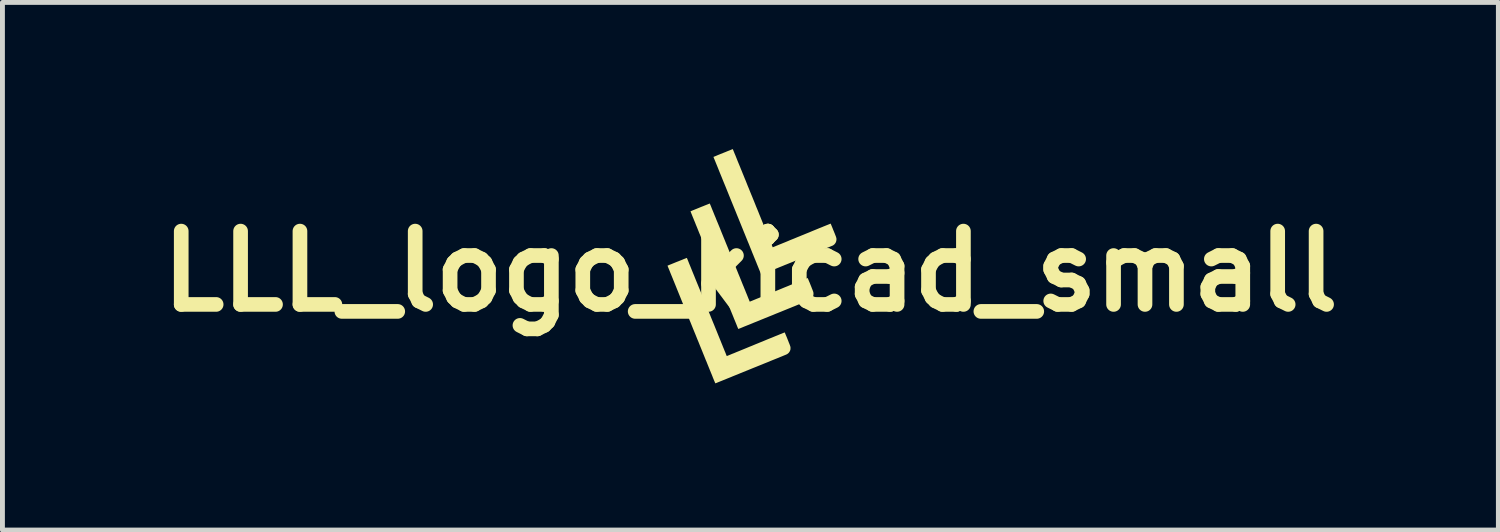
<source format=kicad_pcb>
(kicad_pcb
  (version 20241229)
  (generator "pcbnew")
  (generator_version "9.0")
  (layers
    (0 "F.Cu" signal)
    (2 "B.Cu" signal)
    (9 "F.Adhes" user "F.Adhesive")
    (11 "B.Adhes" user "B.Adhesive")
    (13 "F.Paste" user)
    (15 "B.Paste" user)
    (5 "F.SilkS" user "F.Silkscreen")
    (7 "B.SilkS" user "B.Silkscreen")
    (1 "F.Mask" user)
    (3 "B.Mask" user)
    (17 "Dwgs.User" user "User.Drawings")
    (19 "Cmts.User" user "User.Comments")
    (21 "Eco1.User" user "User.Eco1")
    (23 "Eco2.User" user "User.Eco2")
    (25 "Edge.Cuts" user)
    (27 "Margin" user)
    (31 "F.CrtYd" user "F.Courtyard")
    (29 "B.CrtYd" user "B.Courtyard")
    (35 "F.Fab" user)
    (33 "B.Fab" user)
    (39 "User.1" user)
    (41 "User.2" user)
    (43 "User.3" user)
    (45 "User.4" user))
  (footprint "LLL_logo_kicad_small"
    (layer "F.Cu")
    (at 12.3 2.499)
    (property "Reference" "LLL_logo_kicad_small" (at 0 0 0) (layer "F.SilkS") (effects (font (size 1.5 1.5) (thickness 0.3))))
    (attr board_only exclude_from_pos_files exclude_from_bom)
    (fp_poly (pts (xy -0.36 -2.498) (xy -0.358 -2.493) (xy -0.354 -2.485) (xy -0.35 -2.473) (xy -0.344 -2.459) (xy -0.337 -2.442) (xy -0.329 -2.422) (xy -0.32 -2.4) (xy -0.309 -2.375) (xy -0.298 -2.347) (xy -0.286 -2.317) (xy -0.273 -2.284) (xy -0.259 -2.249) (xy -0.244 -2.213) (xy -0.228 -2.174) (xy -0.211 -2.133) (xy -0.194 -2.09) (xy -0.175 -2.045) (xy -0.157 -1.999) (xy -0.137 -1.951) (xy -0.117 -1.901) (xy -0.096 -1.851) (xy -0.075 -1.798) (xy -0.054 -1.745) (xy -0.031 -1.69) (xy -0.009 -1.635) (xy 0.014 -1.578) (xy 0.038 -1.521) (xy 0.048 -1.495) (xy 0.072 -1.437) (xy 0.095 -1.38) (xy 0.117 -1.324) (xy 0.14 -1.269) (xy 0.162 -1.215) (xy 0.183 -1.162) (xy 0.204 -1.111) (xy 0.224 -1.061) (xy 0.244 -1.012) (xy 0.263 -0.965) (xy 0.282 -0.92) (xy 0.299 -0.876) (xy 0.316 -0.834) (xy 0.333 -0.794) (xy 0.348 -0.756) (xy 0.362 -0.721) (xy 0.376 -0.687) (xy 0.389 -0.656) (xy 0.4 -0.627) (xy 0.411 -0.601) (xy 0.421 -0.577) (xy 0.429 -0.556) (xy 0.437 -0.538) (xy 0.443 -0.522) (xy 0.448 -0.51) (xy 0.452 -0.5) (xy 0.455 -0.494) (xy 0.456 -0.491) (xy 0.456 -0.49) (xy 0.458 -0.491) (xy 0.463 -0.493) (xy 0.471 -0.496) (xy 0.482 -0.501) (xy 0.496 -0.506) (xy 0.512 -0.513) (xy 0.531 -0.521) (xy 0.553 -0.53) (xy 0.577 -0.54) (xy 0.604 -0.551) (xy 0.632 -0.562) (xy 0.663 -0.575) (xy 0.696 -0.588) (xy 0.73 -0.602) (xy 0.766 -0.617) (xy 0.803 -0.633) (xy 0.842 -0.649) (xy 0.883 -0.665) (xy 0.924 -0.682) (xy 0.967 -0.7) (xy 1.01 -0.717) (xy 1.048 -0.733) (xy 1.093 -0.751) (xy 1.136 -0.769) (xy 1.179 -0.786) (xy 1.22 -0.803) (xy 1.26 -0.82) (xy 1.299 -0.836) (xy 1.336 -0.851) (xy 1.372 -0.866) (xy 1.406 -0.88) (xy 1.439 -0.893) (xy 1.469 -0.905) (xy 1.497 -0.917) (xy 1.523 -0.927) (xy 1.547 -0.937) (xy 1.569 -0.946) (xy 1.588 -0.953) (xy 1.604 -0.96) (xy 1.617 -0.965) (xy 1.628 -0.97) (xy 1.636 -0.973) (xy 1.64 -0.974) (xy 1.641 -0.975) (xy 1.642 -0.973) (xy 1.645 -0.968) (xy 1.648 -0.96) (xy 1.652 -0.95) (xy 1.657 -0.938) (xy 1.663 -0.924) (xy 1.669 -0.909) (xy 1.676 -0.892) (xy 1.683 -0.875) (xy 1.69 -0.857) (xy 1.697 -0.839) (xy 1.705 -0.821) (xy 1.712 -0.804) (xy 1.718 -0.788) (xy 1.725 -0.772) (xy 1.73 -0.758) (xy 1.735 -0.746) (xy 1.735 -0.745) (xy 1.742 -0.728) (xy 1.748 -0.713) (xy 1.752 -0.7) (xy 1.755 -0.69) (xy 1.758 -0.681) (xy 1.759 -0.672) (xy 1.76 -0.664) (xy 1.76 -0.656) (xy 1.76 -0.647) (xy 1.76 -0.645) (xy 1.757 -0.623) (xy 1.751 -0.602) (xy 1.742 -0.582) (xy 1.729 -0.564) (xy 1.715 -0.548) (xy 1.697 -0.534) (xy 1.682 -0.525) (xy 1.679 -0.524) (xy 1.673 -0.521) (xy 1.663 -0.518) (xy 1.651 -0.512) (xy 1.635 -0.506) (xy 1.616 -0.498) (xy 1.595 -0.489) (xy 1.57 -0.479) (xy 1.543 -0.468) (xy 1.513 -0.456) (xy 1.481 -0.443) (xy 1.445 -0.428) (xy 1.407 -0.413) (xy 1.367 -0.397) (xy 1.324 -0.379) (xy 1.279 -0.361) (xy 1.232 -0.342) (xy 1.182 -0.322) (xy 1.131 -0.301) (xy 1.123 -0.298) (xy 1.116 -0.295) (xy 1.106 -0.291) (xy 1.093 -0.285) (xy 1.078 -0.279) (xy 1.059 -0.272) (xy 1.039 -0.263) (xy 1.017 -0.254) (xy 0.993 -0.245) (xy 0.967 -0.234) (xy 0.94 -0.223) (xy 0.912 -0.212) (xy 0.884 -0.2) (xy 0.854 -0.188) (xy 0.825 -0.176) (xy 0.795 -0.164) (xy 0.765 -0.152) (xy 0.736 -0.14) (xy 0.707 -0.129) (xy 0.679 -0.117) (xy 0.652 -0.106) (xy 0.627 -0.096) (xy 0.602 -0.086) (xy 0.58 -0.077) (xy 0.559 -0.068) (xy 0.541 -0.061) (xy 0.532 -0.057) (xy 0.511 -0.049) (xy 0.488 -0.04) (xy 0.466 -0.03) (xy 0.442 -0.021) (xy 0.419 -0.011) (xy 0.396 -0.002) (xy 0.373 0.007) (xy 0.351 0.016) (xy 0.33 0.025) (xy 0.311 0.033) (xy 0.292 0.04) (xy 0.276 0.047) (xy 0.262 0.052) (xy 0.249 0.057) (xy 0.24 0.061) (xy 0.233 0.064) (xy 0.23 0.065) (xy 0.23 0.065) (xy 0.221 0.068) (xy 0.197 0.008) (xy 0.184 -0.023) (xy 0.173 -0.05) (xy 0.163 -0.075) (xy 0.154 -0.097) (xy 0.146 -0.117) (xy 0.138 -0.136) (xy 0.131 -0.153) (xy 0.125 -0.169) (xy 0.119 -0.185) (xy 0.112 -0.2) (xy 0.106 -0.215) (xy 0.1 -0.231) (xy 0.093 -0.247) (xy 0.09 -0.254) (xy 0.087 -0.261) (xy 0.083 -0.272) (xy 0.077 -0.286) (xy 0.07 -0.303) (xy 0.062 -0.324) (xy 0.052 -0.348) (xy 0.041 -0.374) (xy 0.029 -0.405) (xy 0.016 -0.438) (xy 0.001 -0.474) (xy -0.015 -0.514) (xy -0.032 -0.557) (xy -0.051 -0.602) (xy -0.071 -0.651) (xy -0.092 -0.703) (xy -0.114 -0.758) (xy -0.138 -0.816) (xy -0.162 -0.876) (xy -0.188 -0.94) (xy -0.215 -1.007) (xy -0.243 -1.076) (xy -0.273 -1.149) (xy -0.303 -1.224) (xy -0.335 -1.302) (xy -0.368 -1.383) (xy -0.402 -1.466) (xy -0.437 -1.553) (xy -0.473 -1.642) (xy -0.51 -1.734) (xy -0.549 -1.828) (xy -0.588 -1.925) (xy -0.629 -2.025) (xy -0.67 -2.128) (xy -0.713 -2.233) (xy -0.722 -2.256) (xy -0.729 -2.272) (xy -0.735 -2.287) (xy -0.741 -2.301) (xy -0.746 -2.313) (xy -0.75 -2.323) (xy -0.753 -2.331) (xy -0.755 -2.337) (xy -0.756 -2.339) (xy -0.756 -2.339) (xy -0.754 -2.34) (xy -0.749 -2.342) (xy -0.742 -2.345) (xy -0.731 -2.349) (xy -0.719 -2.354) (xy -0.704 -2.36) (xy -0.688 -2.367) (xy -0.67 -2.375) (xy -0.65 -2.383) (xy -0.63 -2.391) (xy -0.609 -2.4) (xy -0.587 -2.408) (xy -0.564 -2.417) (xy -0.542 -2.427) (xy -0.52 -2.435) (xy -0.498 -2.444) (xy -0.477 -2.453) (xy -0.457 -2.461) (xy -0.439 -2.468) (xy -0.421 -2.475) (xy -0.405 -2.482) (xy -0.392 -2.487) (xy -0.38 -2.492) (xy -0.371 -2.495) (xy -0.364 -2.498) (xy -0.361 -2.499) (xy -0.36 -2.499)) (stroke (width 0) (type solid)) (fill yes) (layer "F.SilkS"))
    (fp_poly (pts (xy -1.299 -0.272) (xy -1.297 -0.267) (xy -1.294 -0.259) (xy -1.289 -0.247) (xy -1.283 -0.233) (xy -1.276 -0.216) (xy -1.268 -0.196) (xy -1.259 -0.173) (xy -1.249 -0.148) (xy -1.237 -0.12) (xy -1.225 -0.09) (xy -1.212 -0.058) (xy -1.198 -0.023) (xy -1.183 0.014) (xy -1.167 0.053) (xy -1.15 0.094) (xy -1.133 0.137) (xy -1.115 0.181) (xy -1.096 0.228) (xy -1.076 0.276) (xy -1.056 0.325) (xy -1.035 0.376) (xy -1.014 0.428) (xy -0.993 0.482) (xy -0.97 0.536) (xy -0.948 0.592) (xy -0.925 0.649) (xy -0.901 0.706) (xy -0.891 0.731) (xy -0.868 0.789) (xy -0.845 0.846) (xy -0.822 0.902) (xy -0.8 0.957) (xy -0.778 1.011) (xy -0.756 1.064) (xy -0.735 1.115) (xy -0.715 1.165) (xy -0.695 1.214) (xy -0.676 1.261) (xy -0.658 1.306) (xy -0.64 1.35) (xy -0.623 1.392) (xy -0.607 1.431) (xy -0.592 1.469) (xy -0.577 1.505) (xy -0.564 1.538) (xy -0.551 1.57) (xy -0.539 1.598) (xy -0.529 1.625) (xy -0.519 1.648) (xy -0.51 1.669) (xy -0.503 1.688) (xy -0.497 1.703) (xy -0.492 1.716) (xy -0.488 1.725) (xy -0.485 1.731) (xy -0.484 1.735) (xy -0.484 1.735) (xy -0.482 1.734) (xy -0.477 1.732) (xy -0.469 1.729) (xy -0.458 1.724) (xy -0.444 1.719) (xy -0.428 1.712) (xy -0.408 1.704) (xy -0.387 1.695) (xy -0.363 1.685) (xy -0.336 1.675) (xy -0.308 1.663) (xy -0.277 1.65) (xy -0.244 1.637) (xy -0.21 1.623) (xy -0.174 1.608) (xy -0.137 1.593) (xy -0.098 1.577) (xy -0.057 1.56) (xy -0.016 1.543) (xy 0.027 1.526) (xy 0.07 1.508) (xy 0.108 1.492) (xy 0.153 1.474) (xy 0.196 1.456) (xy 0.239 1.439) (xy 0.28 1.422) (xy 0.32 1.405) (xy 0.359 1.389) (xy 0.396 1.374) (xy 0.432 1.36) (xy 0.466 1.346) (xy 0.499 1.332) (xy 0.529 1.32) (xy 0.557 1.309) (xy 0.583 1.298) (xy 0.607 1.288) (xy 0.629 1.28) (xy 0.648 1.272) (xy 0.664 1.265) (xy 0.677 1.26) (xy 0.688 1.256) (xy 0.696 1.253) (xy 0.7 1.251) (xy 0.702 1.251) (xy 0.703 1.252) (xy 0.705 1.257) (xy 0.708 1.265) (xy 0.712 1.275) (xy 0.717 1.286) (xy 0.722 1.299) (xy 0.728 1.313) (xy 0.734 1.328) (xy 0.741 1.343) (xy 0.747 1.358) (xy 0.753 1.373) (xy 0.758 1.387) (xy 0.763 1.399) (xy 0.768 1.41) (xy 0.771 1.419) (xy 0.774 1.426) (xy 0.775 1.43) (xy 0.776 1.43) (xy 0.777 1.434) (xy 0.78 1.441) (xy 0.783 1.451) (xy 0.788 1.462) (xy 0.793 1.474) (xy 0.797 1.485) (xy 0.804 1.502) (xy 0.809 1.516) (xy 0.813 1.528) (xy 0.816 1.538) (xy 0.819 1.547) (xy 0.82 1.556) (xy 0.82 1.564) (xy 0.82 1.573) (xy 0.82 1.579) (xy 0.819 1.594) (xy 0.817 1.607) (xy 0.813 1.619) (xy 0.808 1.632) (xy 0.806 1.635) (xy 0.795 1.653) (xy 0.782 1.67) (xy 0.766 1.684) (xy 0.749 1.696) (xy 0.745 1.698) (xy 0.742 1.699) (xy 0.736 1.702) (xy 0.727 1.706) (xy 0.715 1.711) (xy 0.7 1.717) (xy 0.683 1.724) (xy 0.664 1.732) (xy 0.643 1.741) (xy 0.62 1.75) (xy 0.596 1.76) (xy 0.57 1.771) (xy 0.542 1.782) (xy 0.514 1.793) (xy 0.485 1.805) (xy 0.472 1.81) (xy 0.42 1.831) (xy 0.371 1.852) (xy 0.323 1.871) (xy 0.278 1.889) (xy 0.235 1.907) (xy 0.195 1.923) (xy 0.157 1.938) (xy 0.121 1.953) (xy 0.088 1.966) (xy 0.058 1.978) (xy 0.031 1.989) (xy 0.007 1.999) (xy -0.015 2.008) (xy -0.033 2.015) (xy -0.048 2.022) (xy -0.06 2.026) (xy -0.068 2.03) (xy -0.075 2.032) (xy -0.085 2.036) (xy -0.097 2.042) (xy -0.112 2.048) (xy -0.128 2.054) (xy -0.146 2.061) (xy -0.165 2.069) (xy -0.184 2.077) (xy -0.198 2.082) (xy -0.222 2.092) (xy -0.248 2.103) (xy -0.275 2.114) (xy -0.303 2.125) (xy -0.333 2.137) (xy -0.363 2.149) (xy -0.393 2.162) (xy -0.423 2.174) (xy -0.453 2.186) (xy -0.483 2.198) (xy -0.511 2.21) (xy -0.538 2.221) (xy -0.564 2.231) (xy -0.588 2.241) (xy -0.609 2.249) (xy -0.628 2.257) (xy -0.645 2.264) (xy -0.656 2.268) (xy -0.67 2.274) (xy -0.682 2.279) (xy -0.694 2.284) (xy -0.703 2.287) (xy -0.71 2.29) (xy -0.715 2.292) (xy -0.717 2.292) (xy -0.718 2.291) (xy -0.72 2.286) (xy -0.724 2.278) (xy -0.728 2.269) (xy -0.733 2.256) (xy -0.739 2.243) (xy -0.743 2.234) (xy -0.755 2.204) (xy -0.768 2.173) (xy -0.78 2.141) (xy -0.793 2.109) (xy -0.806 2.078) (xy -0.818 2.048) (xy -0.83 2.02) (xy -0.84 1.994) (xy -0.85 1.97) (xy -0.852 1.964) (xy -0.856 1.956) (xy -0.86 1.944) (xy -0.866 1.93) (xy -0.873 1.913) (xy -0.881 1.893) (xy -0.89 1.87) (xy -0.9 1.845) (xy -0.912 1.818) (xy -0.924 1.788) (xy -0.937 1.756) (xy -0.95 1.723) (xy -0.965 1.687) (xy -0.98 1.649) (xy -0.996 1.61) (xy -1.012 1.57) (xy -1.03 1.527) (xy -1.047 1.484) (xy -1.065 1.439) (xy -1.084 1.394) (xy -1.103 1.347) (xy -1.122 1.299) (xy -1.142 1.251) (xy -1.162 1.202) (xy -1.182 1.153) (xy -1.202 1.103) (xy -1.222 1.053) (xy -1.243 1.003) (xy -1.263 0.953) (xy -1.283 0.903) (xy -1.304 0.853) (xy -1.324 0.803) (xy -1.344 0.754) (xy -1.363 0.705) (xy -1.383 0.658) (xy -1.402 0.611) (xy -1.421 0.564) (xy -1.439 0.519) (xy -1.457 0.475) (xy -1.474 0.433) (xy -1.491 0.391) (xy -1.507 0.352) (xy -1.522 0.314) (xy -1.537 0.277) (xy -1.551 0.243) (xy -1.564 0.21) (xy -1.577 0.18) (xy -1.588 0.151) (xy -1.599 0.125) (xy -1.608 0.102) (xy -1.617 0.081) (xy -1.624 0.063) (xy -1.631 0.047) (xy -1.636 0.035) (xy -1.64 0.025) (xy -1.642 0.019) (xy -1.643 0.016) (xy -1.649 0.001) (xy -1.656 -0.016) (xy -1.663 -0.033) (xy -1.67 -0.05) (xy -1.676 -0.065) (xy -1.679 -0.073) (xy -1.684 -0.084) (xy -1.688 -0.094) (xy -1.691 -0.103) (xy -1.694 -0.11) (xy -1.695 -0.114) (xy -1.695 -0.115) (xy -1.693 -0.116) (xy -1.688 -0.118) (xy -1.68 -0.121) (xy -1.67 -0.125) (xy -1.657 -0.131) (xy -1.642 -0.137) (xy -1.625 -0.143) (xy -1.607 -0.151) (xy -1.587 -0.159) (xy -1.567 -0.167) (xy -1.545 -0.176) (xy -1.523 -0.185) (xy -1.501 -0.194) (xy -1.479 -0.202) (xy -1.457 -0.211) (xy -1.435 -0.22) (xy -1.414 -0.228) (xy -1.394 -0.236) (xy -1.376 -0.244) (xy -1.358 -0.251) (xy -1.343 -0.257) (xy -1.329 -0.262) (xy -1.318 -0.267) (xy -1.309 -0.27) (xy -1.303 -0.272) (xy -1.3 -0.273) (xy -1.3 -0.273)) (stroke (width 0) (type solid)) (fill yes) (layer "F.SilkS"))
    (fp_poly (pts (xy -0.83 -1.384) (xy -0.828 -1.379) (xy -0.825 -1.371) (xy -0.82 -1.36) (xy -0.814 -1.346) (xy -0.807 -1.329) (xy -0.799 -1.309) (xy -0.79 -1.286) (xy -0.78 -1.261) (xy -0.768 -1.233) (xy -0.756 -1.203) (xy -0.743 -1.171) (xy -0.729 -1.136) (xy -0.713 -1.099) (xy -0.698 -1.06) (xy -0.681 -1.019) (xy -0.663 -0.976) (xy -0.645 -0.932) (xy -0.626 -0.886) (xy -0.607 -0.838) (xy -0.587 -0.788) (xy -0.566 -0.737) (xy -0.545 -0.685) (xy -0.523 -0.632) (xy -0.501 -0.577) (xy -0.478 -0.521) (xy -0.455 -0.465) (xy -0.432 -0.407) (xy -0.422 -0.382) (xy -0.398 -0.325) (xy -0.375 -0.268) (xy -0.353 -0.212) (xy -0.33 -0.157) (xy -0.308 -0.103) (xy -0.287 -0.05) (xy -0.266 0.002) (xy -0.246 0.052) (xy -0.226 0.1) (xy -0.207 0.147) (xy -0.188 0.193) (xy -0.171 0.236) (xy -0.154 0.278) (xy -0.137 0.318) (xy -0.122 0.356) (xy -0.107 0.391) (xy -0.094 0.425) (xy -0.081 0.456) (xy -0.069 0.485) (xy -0.059 0.511) (xy -0.049 0.535) (xy -0.041 0.556) (xy -0.033 0.574) (xy -0.027 0.59) (xy -0.022 0.602) (xy -0.018 0.612) (xy -0.015 0.618) (xy -0.014 0.621) (xy -0.014 0.621) (xy -0.012 0.621) (xy -0.007 0.619) (xy 0.001 0.616) (xy 0.012 0.611) (xy 0.026 0.606) (xy 0.043 0.599) (xy 0.062 0.591) (xy 0.084 0.582) (xy 0.108 0.572) (xy 0.134 0.561) (xy 0.163 0.55) (xy 0.194 0.537) (xy 0.226 0.524) (xy 0.26 0.51) (xy 0.296 0.495) (xy 0.334 0.48) (xy 0.373 0.464) (xy 0.413 0.447) (xy 0.455 0.43) (xy 0.497 0.413) (xy 0.541 0.395) (xy 0.578 0.38) (xy 0.629 0.359) (xy 0.677 0.339) (xy 0.724 0.32) (xy 0.769 0.302) (xy 0.811 0.284) (xy 0.853 0.267) (xy 0.891 0.251) (xy 0.928 0.236) (xy 0.963 0.222) (xy 0.995 0.209) (xy 1.025 0.197) (xy 1.052 0.186) (xy 1.077 0.176) (xy 1.099 0.167) (xy 1.118 0.159) (xy 1.135 0.153) (xy 1.148 0.147) (xy 1.159 0.143) (xy 1.166 0.14) (xy 1.17 0.139) (xy 1.171 0.138) (xy 1.172 0.14) (xy 1.175 0.145) (xy 1.178 0.153) (xy 1.182 0.163) (xy 1.187 0.174) (xy 1.192 0.187) (xy 1.198 0.201) (xy 1.204 0.216) (xy 1.211 0.231) (xy 1.217 0.246) (xy 1.223 0.261) (xy 1.228 0.274) (xy 1.233 0.287) (xy 1.238 0.298) (xy 1.241 0.306) (xy 1.244 0.313) (xy 1.245 0.317) (xy 1.245 0.317) (xy 1.247 0.32) (xy 1.249 0.326) (xy 1.252 0.335) (xy 1.256 0.345) (xy 1.26 0.356) (xy 1.266 0.369) (xy 1.266 0.37) (xy 1.273 0.387) (xy 1.278 0.402) (xy 1.283 0.414) (xy 1.286 0.424) (xy 1.288 0.434) (xy 1.29 0.442) (xy 1.29 0.45) (xy 1.29 0.459) (xy 1.29 0.466) (xy 1.289 0.481) (xy 1.287 0.494) (xy 1.283 0.507) (xy 1.277 0.52) (xy 1.276 0.522) (xy 1.266 0.54) (xy 1.252 0.557) (xy 1.237 0.571) (xy 1.22 0.583) (xy 1.213 0.587) (xy 1.209 0.588) (xy 1.203 0.591) (xy 1.193 0.595) (xy 1.181 0.6) (xy 1.167 0.606) (xy 1.151 0.613) (xy 1.134 0.62) (xy 1.115 0.628) (xy 1.095 0.636) (xy 1.074 0.644) (xy 1.072 0.645) (xy 1.048 0.655) (xy 1.022 0.665) (xy 0.995 0.676) (xy 0.968 0.687) (xy 0.941 0.698) (xy 0.915 0.709) (xy 0.89 0.719) (xy 0.867 0.728) (xy 0.847 0.736) (xy 0.841 0.739) (xy 0.822 0.747) (xy 0.801 0.755) (xy 0.781 0.763) (xy 0.761 0.771) (xy 0.742 0.779) (xy 0.725 0.786) (xy 0.71 0.792) (xy 0.698 0.797) (xy 0.692 0.799) (xy 0.685 0.802) (xy 0.675 0.806) (xy 0.661 0.812) (xy 0.646 0.818) (xy 0.627 0.826) (xy 0.607 0.834) (xy 0.584 0.843) (xy 0.56 0.853) (xy 0.534 0.863) (xy 0.507 0.874) (xy 0.479 0.886) (xy 0.45 0.898) (xy 0.42 0.91) (xy 0.39 0.922) (xy 0.389 0.922) (xy 0.342 0.942) (xy 0.298 0.959) (xy 0.257 0.976) (xy 0.219 0.991) (xy 0.184 1.006) (xy 0.152 1.019) (xy 0.122 1.031) (xy 0.094 1.042) (xy 0.069 1.052) (xy 0.046 1.062) (xy 0.024 1.071) (xy 0.005 1.079) (xy -0.013 1.086) (xy -0.03 1.093) (xy -0.045 1.099) (xy -0.059 1.104) (xy -0.072 1.11) (xy -0.084 1.114) (xy -0.095 1.119) (xy -0.106 1.123) (xy -0.116 1.127) (xy -0.126 1.131) (xy -0.135 1.135) (xy -0.145 1.139) (xy -0.154 1.143) (xy -0.162 1.146) (xy -0.178 1.153) (xy -0.193 1.159) (xy -0.207 1.165) (xy -0.22 1.169) (xy -0.23 1.174) (xy -0.238 1.177) (xy -0.243 1.179) (xy -0.246 1.18) (xy -0.246 1.18) (xy -0.247 1.179) (xy -0.249 1.177) (xy -0.251 1.172) (xy -0.254 1.166) (xy -0.258 1.156) (xy -0.264 1.144) (xy -0.268 1.133) (xy -0.273 1.122) (xy -0.278 1.107) (xy -0.285 1.091) (xy -0.292 1.073) (xy -0.3 1.054) (xy -0.308 1.034) (xy -0.316 1.015) (xy -0.323 0.997) (xy -0.332 0.977) (xy -0.341 0.954) (xy -0.35 0.931) (xy -0.36 0.907) (xy -0.369 0.884) (xy -0.378 0.863) (xy -0.386 0.843) (xy -0.39 0.832) (xy -0.393 0.826) (xy -0.397 0.817) (xy -0.402 0.804) (xy -0.408 0.788) (xy -0.416 0.77) (xy -0.424 0.748) (xy -0.434 0.724) (xy -0.445 0.697) (xy -0.457 0.668) (xy -0.47 0.636) (xy -0.484 0.602) (xy -0.498 0.566) (xy -0.514 0.528) (xy -0.53 0.488) (xy -0.547 0.446) (xy -0.565 0.402) (xy -0.583 0.357) (xy -0.602 0.31) (xy -0.622 0.261) (xy -0.642 0.212) (xy -0.663 0.161) (xy -0.684 0.109) (xy -0.706 0.056) (xy -0.727 0.002) (xy -0.75 -0.053) (xy -0.772 -0.109) (xy -0.795 -0.164) (xy -0.817 -0.22) (xy -0.84 -0.275) (xy -0.862 -0.33) (xy -0.884 -0.383) (xy -0.905 -0.436) (xy -0.926 -0.488) (xy -0.947 -0.539) (xy -0.967 -0.589) (xy -0.987 -0.637) (xy -1.006 -0.684) (xy -1.024 -0.729) (xy -1.042 -0.772) (xy -1.059 -0.814) (xy -1.075 -0.854) (xy -1.09 -0.892) (xy -1.105 -0.928) (xy -1.119 -0.962) (xy -1.131 -0.993) (xy -1.143 -1.022) (xy -1.154 -1.048) (xy -1.163 -1.072) (xy -1.172 -1.093) (xy -1.18 -1.112) (xy -1.186 -1.127) (xy -1.191 -1.14) (xy -1.195 -1.149) (xy -1.197 -1.155) (xy -1.203 -1.17) (xy -1.209 -1.184) (xy -1.214 -1.197) (xy -1.218 -1.208) (xy -1.221 -1.216) (xy -1.224 -1.223) (xy -1.225 -1.226) (xy -1.225 -1.227) (xy -1.223 -1.228) (xy -1.218 -1.23) (xy -1.21 -1.233) (xy -1.2 -1.237) (xy -1.187 -1.243) (xy -1.173 -1.249) (xy -1.156 -1.255) (xy -1.138 -1.263) (xy -1.118 -1.271) (xy -1.098 -1.279) (xy -1.076 -1.288) (xy -1.054 -1.297) (xy -1.032 -1.306) (xy -1.01 -1.315) (xy -0.988 -1.324) (xy -0.966 -1.332) (xy -0.945 -1.341) (xy -0.925 -1.349) (xy -0.907 -1.356) (xy -0.89 -1.363) (xy -0.874 -1.369) (xy -0.861 -1.375) (xy -0.849 -1.379) (xy -0.84 -1.383) (xy -0.834 -1.385) (xy -0.831 -1.386) (xy -0.831 -1.386)) (stroke (width 0) (type solid)) (fill yes) (layer "F.SilkS")))
  (gr_rect
    (start -3 -3)
    (end 27.6 7.792)
    (stroke (width 0.1) (type default))
    (fill no)
    (layer "Edge.Cuts")))
</source>
